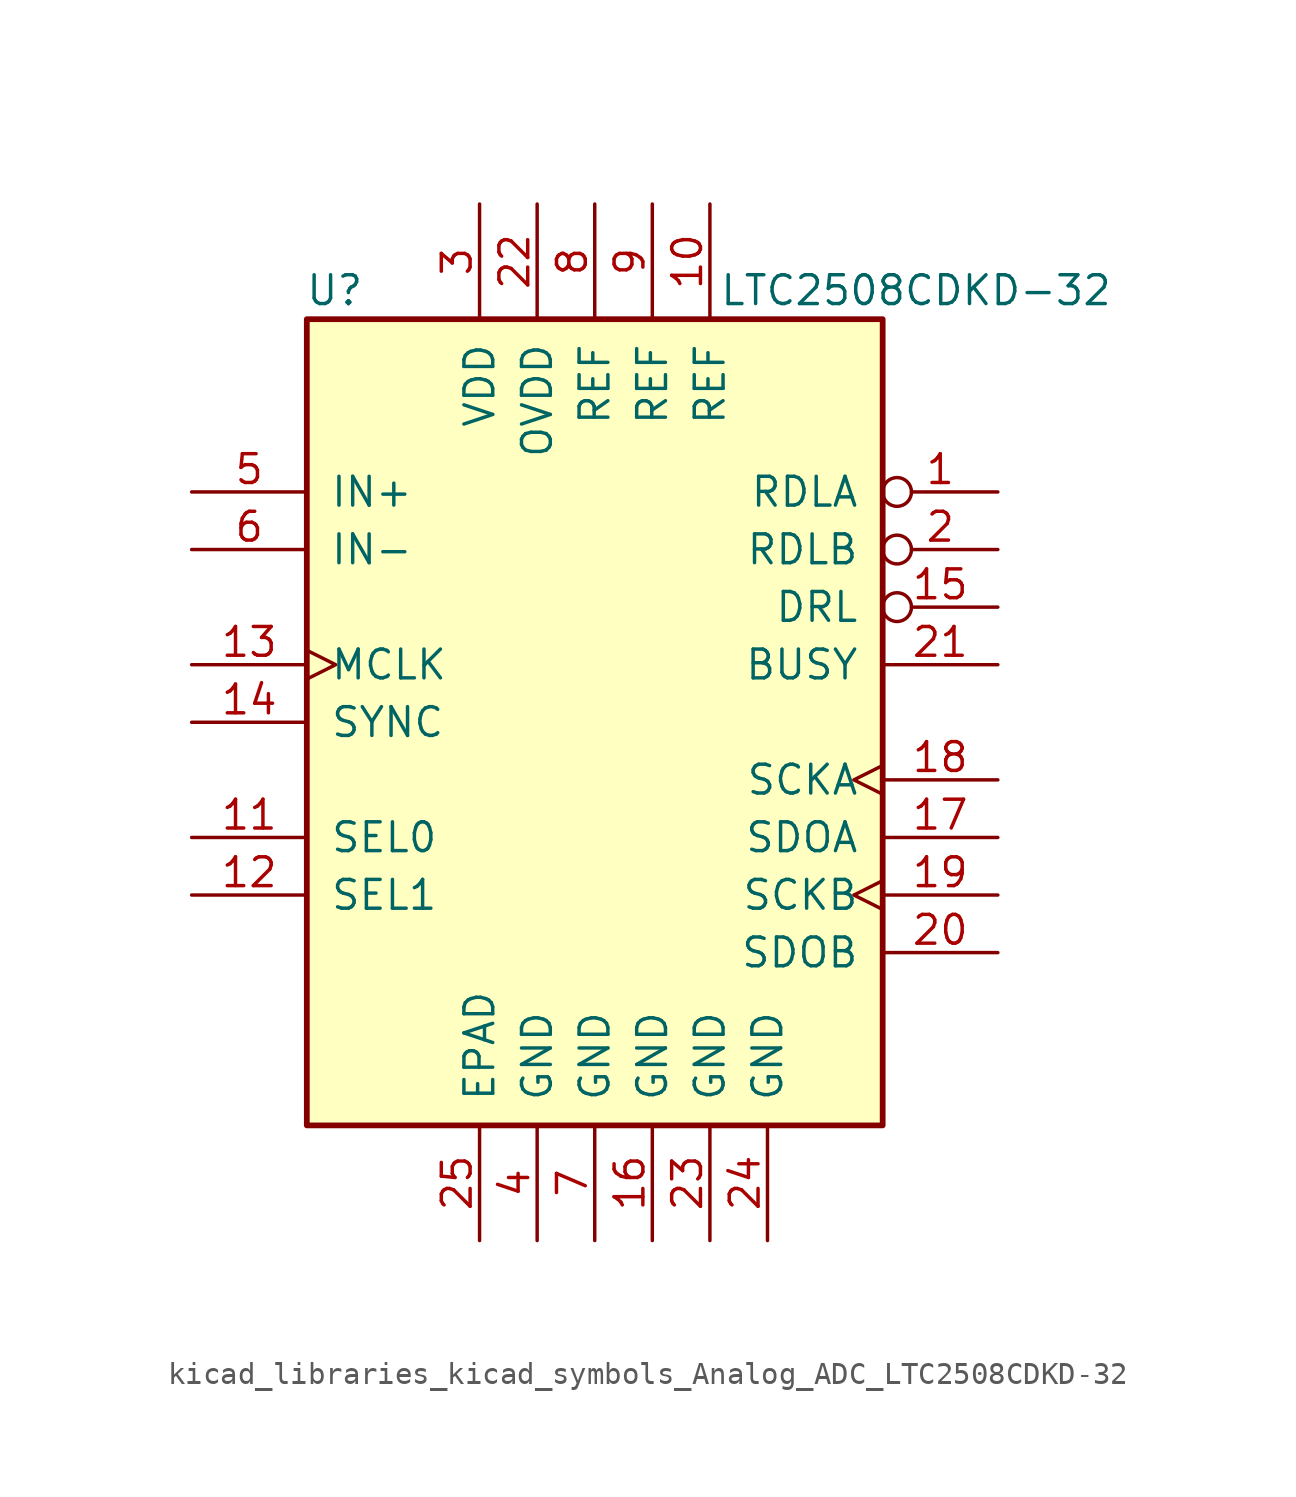
<source format=kicad_sym>
(kicad_symbol_lib
  (version 20220914)
  (generator kicad_symbol_editor)
  (symbol "kicad_libraries_kicad_symbols_Analog_ADC_LTC2508CDKD-32"
    (pin_names
      (offset 1.016))
    (property "Reference" "U"
      (at -10.16 19.05 0)
      (effects (font (size 1.27 1.27)) (justify right)))
    (property "Value" "LTC2508CDKD-32"
      (at 22.86 19.05 0)
      (effects (font (size 1.27 1.27)) (justify right)))
    (symbol "kicad_libraries_kicad_symbols_Analog_ADC_LTC2508CDKD-32_0_1"
      (rectangle (start -12.7 17.78) (end 12.7 -17.78) (stroke (width 0.254) (type default)) (fill (type background))))
    (symbol "kicad_libraries_kicad_symbols_Analog_ADC_LTC2508CDKD-32_1_1"
      (pin input inverted (at 17.78 10.16 180) (length 5.08) (name "RDLA" (effects (font (size 1.27 1.27)))) (number "1" (effects (font (size 1.27 1.27)))))
      (pin passive line (at 5.08 22.86 270) (length 5.08) (name "REF" (effects (font (size 1.27 1.27)))) (number "10" (effects (font (size 1.27 1.27)))))
      (pin input line (at -17.78 -5.08 0) (length 5.08) (name "SEL0" (effects (font (size 1.27 1.27)))) (number "11" (effects (font (size 1.27 1.27)))))
      (pin input line (at -17.78 -7.62 0) (length 5.08) (name "SEL1" (effects (font (size 1.27 1.27)))) (number "12" (effects (font (size 1.27 1.27)))))
      (pin input clock (at -17.78 2.54 0) (length 5.08) (name "MCLK" (effects (font (size 1.27 1.27)))) (number "13" (effects (font (size 1.27 1.27)))))
      (pin input line (at -17.78 0 0) (length 5.08) (name "SYNC" (effects (font (size 1.27 1.27)))) (number "14" (effects (font (size 1.27 1.27)))))
      (pin output inverted (at 17.78 5.08 180) (length 5.08) (name "DRL" (effects (font (size 1.27 1.27)))) (number "15" (effects (font (size 1.27 1.27)))))
      (pin power_in line (at 2.54 -22.86 90) (length 5.08) (name "GND" (effects (font (size 1.27 1.27)))) (number "16" (effects (font (size 1.27 1.27)))))
      (pin tri_state line (at 17.78 -5.08 180) (length 5.08) (name "SDOA" (effects (font (size 1.27 1.27)))) (number "17" (effects (font (size 1.27 1.27)))))
      (pin input clock (at 17.78 -2.54 180) (length 5.08) (name "SCKA" (effects (font (size 1.27 1.27)))) (number "18" (effects (font (size 1.27 1.27)))))
      (pin input clock (at 17.78 -7.62 180) (length 5.08) (name "SCKB" (effects (font (size 1.27 1.27)))) (number "19" (effects (font (size 1.27 1.27)))))
      (pin input inverted (at 17.78 7.62 180) (length 5.08) (name "RDLB" (effects (font (size 1.27 1.27)))) (number "2" (effects (font (size 1.27 1.27)))))
      (pin tri_state line (at 17.78 -10.16 180) (length 5.08) (name "SDOB" (effects (font (size 1.27 1.27)))) (number "20" (effects (font (size 1.27 1.27)))))
      (pin output line (at 17.78 2.54 180) (length 5.08) (name "BUSY" (effects (font (size 1.27 1.27)))) (number "21" (effects (font (size 1.27 1.27)))))
      (pin power_in line (at -2.54 22.86 270) (length 5.08) (name "OVDD" (effects (font (size 1.27 1.27)))) (number "22" (effects (font (size 1.27 1.27)))))
      (pin power_in line (at 5.08 -22.86 90) (length 5.08) (name "GND" (effects (font (size 1.27 1.27)))) (number "23" (effects (font (size 1.27 1.27)))))
      (pin power_in line (at 7.62 -22.86 90) (length 5.08) (name "GND" (effects (font (size 1.27 1.27)))) (number "24" (effects (font (size 1.27 1.27)))))
      (pin power_in line (at -5.08 -22.86 90) (length 5.08) (name "EPAD" (effects (font (size 1.27 1.27)))) (number "25" (effects (font (size 1.27 1.27)))))
      (pin power_in line (at -5.08 22.86 270) (length 5.08) (name "VDD" (effects (font (size 1.27 1.27)))) (number "3" (effects (font (size 1.27 1.27)))))
      (pin power_in line (at -2.54 -22.86 90) (length 5.08) (name "GND" (effects (font (size 1.27 1.27)))) (number "4" (effects (font (size 1.27 1.27)))))
      (pin input line (at -17.78 10.16 0) (length 5.08) (name "IN+" (effects (font (size 1.27 1.27)))) (number "5" (effects (font (size 1.27 1.27)))))
      (pin input line (at -17.78 7.62 0) (length 5.08) (name "IN-" (effects (font (size 1.27 1.27)))) (number "6" (effects (font (size 1.27 1.27)))))
      (pin power_in line (at 0 -22.86 90) (length 5.08) (name "GND" (effects (font (size 1.27 1.27)))) (number "7" (effects (font (size 1.27 1.27)))))
      (pin passive line (at 0 22.86 270) (length 5.08) (name "REF" (effects (font (size 1.27 1.27)))) (number "8" (effects (font (size 1.27 1.27)))))
      (pin passive line (at 2.54 22.86 270) (length 5.08) (name "REF" (effects (font (size 1.27 1.27)))) (number "9" (effects (font (size 1.27 1.27))))))))
</source>
